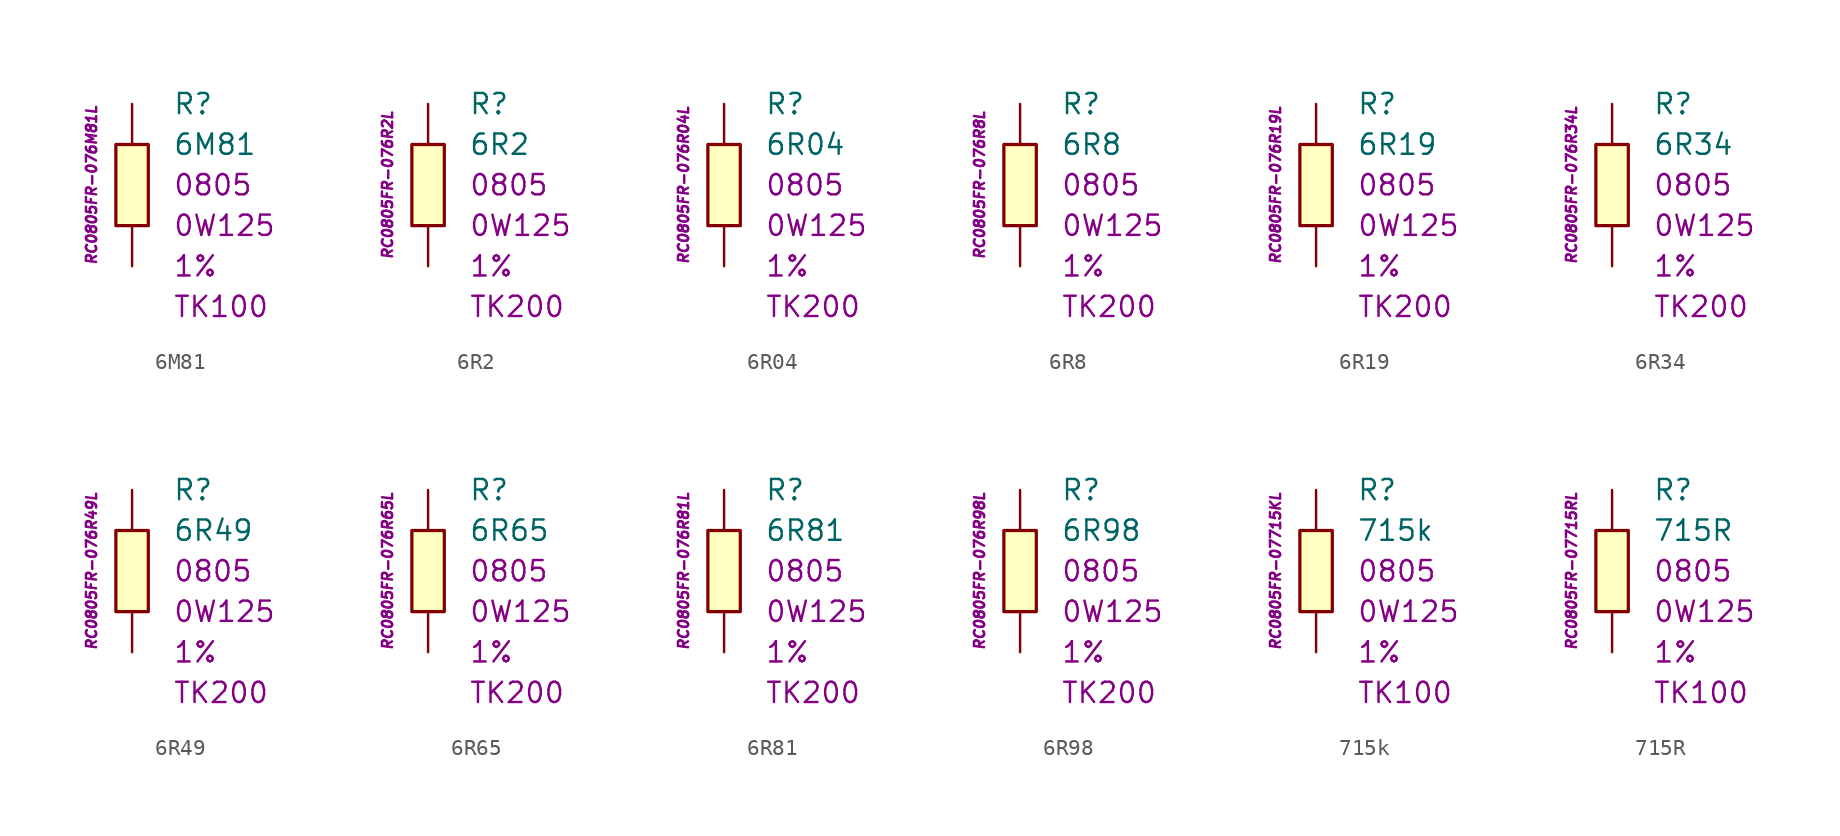
<source format=kicad_sym>
(kicad_symbol_lib
  (version 20201005)
  (generator kicad_symbol_editor)
  (symbol "6M81"
    (pin_numbers hide)
    (pin_names
      (offset 1.016) hide)
    (property "Reference" "R"
      (at 2.54 5.08 0)
      (effects (font (size 1.27 1.27)) (justify left)))
    (property "Value" "6M81"
      (at 2.54 2.54 0)
      (effects (font (size 1.27 1.27)) (justify left)))
    (property "Package" "0805"
      (at 2.54 0 0)
      (effects (font (size 1.27 1.27)) (justify left)))
    (property "Power" "0W125"
      (at 2.54 -2.54 0)
      (effects (font (size 1.27 1.27)) (justify left)))
    (property "Tolerance" "1%"
      (at 2.54 -5.08 0)
      (effects (font (size 1.27 1.27)) (justify left)))
    (property "TK" "TK100"
      (at 2.54 -7.62 0)
      (effects (font (size 1.27 1.27)) (justify left)))
    (property "ID" "RC0805FR-076M81L"
      (at -2.54 0 90)
      (effects (font (size 0.635 0.635) italic)))
    (symbol "6M81_0_1"
      (rectangle (start -1.016 2.54) (end 1.016 -2.54) (stroke (width 0.203)) (fill (type background))))
    (symbol "6M81_1_1"
      (pin passive line (at 0 5.08 270) (length 2.54) (name "~" (effects (font (size 1.778 1.778)))) (number "1" (effects (font (size 1.778 1.778)))))
      (pin passive line (at 0 -5.08 90) (length 2.54) (name "~" (effects (font (size 1.778 1.778)))) (number "2" (effects (font (size 1.778 1.778)))))))
  (symbol "6R2"
    (pin_numbers hide)
    (pin_names
      (offset 1.016) hide)
    (property "Reference" "R"
      (at 2.54 5.08 0)
      (effects (font (size 1.27 1.27)) (justify left)))
    (property "Value" "6R2"
      (at 2.54 2.54 0)
      (effects (font (size 1.27 1.27)) (justify left)))
    (property "Package" "0805"
      (at 2.54 0 0)
      (effects (font (size 1.27 1.27)) (justify left)))
    (property "Power" "0W125"
      (at 2.54 -2.54 0)
      (effects (font (size 1.27 1.27)) (justify left)))
    (property "Tolerance" "1%"
      (at 2.54 -5.08 0)
      (effects (font (size 1.27 1.27)) (justify left)))
    (property "TK" "TK200"
      (at 2.54 -7.62 0)
      (effects (font (size 1.27 1.27)) (justify left)))
    (property "ID" "RC0805FR-076R2L"
      (at -2.54 0 90)
      (effects (font (size 0.635 0.635) italic)))
    (symbol "6R2_0_1"
      (rectangle (start -1.016 2.54) (end 1.016 -2.54) (stroke (width 0.203)) (fill (type background))))
    (symbol "6R2_1_1"
      (pin passive line (at 0 5.08 270) (length 2.54) (name "~" (effects (font (size 1.778 1.778)))) (number "1" (effects (font (size 1.778 1.778)))))
      (pin passive line (at 0 -5.08 90) (length 2.54) (name "~" (effects (font (size 1.778 1.778)))) (number "2" (effects (font (size 1.778 1.778)))))))
  (symbol "6R04"
    (pin_numbers hide)
    (pin_names
      (offset 1.016) hide)
    (property "Reference" "R"
      (at 2.54 5.08 0)
      (effects (font (size 1.27 1.27)) (justify left)))
    (property "Value" "6R04"
      (at 2.54 2.54 0)
      (effects (font (size 1.27 1.27)) (justify left)))
    (property "Package" "0805"
      (at 2.54 0 0)
      (effects (font (size 1.27 1.27)) (justify left)))
    (property "Power" "0W125"
      (at 2.54 -2.54 0)
      (effects (font (size 1.27 1.27)) (justify left)))
    (property "Tolerance" "1%"
      (at 2.54 -5.08 0)
      (effects (font (size 1.27 1.27)) (justify left)))
    (property "TK" "TK200"
      (at 2.54 -7.62 0)
      (effects (font (size 1.27 1.27)) (justify left)))
    (property "ID" "RC0805FR-076R04L"
      (at -2.54 0 90)
      (effects (font (size 0.635 0.635) italic)))
    (symbol "6R04_0_1"
      (rectangle (start -1.016 2.54) (end 1.016 -2.54) (stroke (width 0.203)) (fill (type background))))
    (symbol "6R04_1_1"
      (pin passive line (at 0 5.08 270) (length 2.54) (name "~" (effects (font (size 1.778 1.778)))) (number "1" (effects (font (size 1.778 1.778)))))
      (pin passive line (at 0 -5.08 90) (length 2.54) (name "~" (effects (font (size 1.778 1.778)))) (number "2" (effects (font (size 1.778 1.778)))))))
  (symbol "6R8"
    (pin_numbers hide)
    (pin_names
      (offset 1.016) hide)
    (property "Reference" "R"
      (at 2.54 5.08 0)
      (effects (font (size 1.27 1.27)) (justify left)))
    (property "Value" "6R8"
      (at 2.54 2.54 0)
      (effects (font (size 1.27 1.27)) (justify left)))
    (property "Package" "0805"
      (at 2.54 0 0)
      (effects (font (size 1.27 1.27)) (justify left)))
    (property "Power" "0W125"
      (at 2.54 -2.54 0)
      (effects (font (size 1.27 1.27)) (justify left)))
    (property "Tolerance" "1%"
      (at 2.54 -5.08 0)
      (effects (font (size 1.27 1.27)) (justify left)))
    (property "TK" "TK200"
      (at 2.54 -7.62 0)
      (effects (font (size 1.27 1.27)) (justify left)))
    (property "ID" "RC0805FR-076R8L"
      (at -2.54 0 90)
      (effects (font (size 0.635 0.635) italic)))
    (symbol "6R8_0_1"
      (rectangle (start -1.016 2.54) (end 1.016 -2.54) (stroke (width 0.203)) (fill (type background))))
    (symbol "6R8_1_1"
      (pin passive line (at 0 5.08 270) (length 2.54) (name "~" (effects (font (size 1.778 1.778)))) (number "1" (effects (font (size 1.778 1.778)))))
      (pin passive line (at 0 -5.08 90) (length 2.54) (name "~" (effects (font (size 1.778 1.778)))) (number "2" (effects (font (size 1.778 1.778)))))))
  (symbol "6R19"
    (pin_numbers hide)
    (pin_names
      (offset 1.016) hide)
    (property "Reference" "R"
      (at 2.54 5.08 0)
      (effects (font (size 1.27 1.27)) (justify left)))
    (property "Value" "6R19"
      (at 2.54 2.54 0)
      (effects (font (size 1.27 1.27)) (justify left)))
    (property "Package" "0805"
      (at 2.54 0 0)
      (effects (font (size 1.27 1.27)) (justify left)))
    (property "Power" "0W125"
      (at 2.54 -2.54 0)
      (effects (font (size 1.27 1.27)) (justify left)))
    (property "Tolerance" "1%"
      (at 2.54 -5.08 0)
      (effects (font (size 1.27 1.27)) (justify left)))
    (property "TK" "TK200"
      (at 2.54 -7.62 0)
      (effects (font (size 1.27 1.27)) (justify left)))
    (property "ID" "RC0805FR-076R19L"
      (at -2.54 0 90)
      (effects (font (size 0.635 0.635) italic)))
    (symbol "6R19_0_1"
      (rectangle (start -1.016 2.54) (end 1.016 -2.54) (stroke (width 0.203)) (fill (type background))))
    (symbol "6R19_1_1"
      (pin passive line (at 0 5.08 270) (length 2.54) (name "~" (effects (font (size 1.778 1.778)))) (number "1" (effects (font (size 1.778 1.778)))))
      (pin passive line (at 0 -5.08 90) (length 2.54) (name "~" (effects (font (size 1.778 1.778)))) (number "2" (effects (font (size 1.778 1.778)))))))
  (symbol "6R34"
    (pin_numbers hide)
    (pin_names
      (offset 1.016) hide)
    (property "Reference" "R"
      (at 2.54 5.08 0)
      (effects (font (size 1.27 1.27)) (justify left)))
    (property "Value" "6R34"
      (at 2.54 2.54 0)
      (effects (font (size 1.27 1.27)) (justify left)))
    (property "Package" "0805"
      (at 2.54 0 0)
      (effects (font (size 1.27 1.27)) (justify left)))
    (property "Power" "0W125"
      (at 2.54 -2.54 0)
      (effects (font (size 1.27 1.27)) (justify left)))
    (property "Tolerance" "1%"
      (at 2.54 -5.08 0)
      (effects (font (size 1.27 1.27)) (justify left)))
    (property "TK" "TK200"
      (at 2.54 -7.62 0)
      (effects (font (size 1.27 1.27)) (justify left)))
    (property "ID" "RC0805FR-076R34L"
      (at -2.54 0 90)
      (effects (font (size 0.635 0.635) italic)))
    (symbol "6R34_0_1"
      (rectangle (start -1.016 2.54) (end 1.016 -2.54) (stroke (width 0.203)) (fill (type background))))
    (symbol "6R34_1_1"
      (pin passive line (at 0 5.08 270) (length 2.54) (name "~" (effects (font (size 1.778 1.778)))) (number "1" (effects (font (size 1.778 1.778)))))
      (pin passive line (at 0 -5.08 90) (length 2.54) (name "~" (effects (font (size 1.778 1.778)))) (number "2" (effects (font (size 1.778 1.778)))))))
  (symbol "6R49"
    (pin_numbers hide)
    (pin_names
      (offset 1.016) hide)
    (property "Reference" "R"
      (at 2.54 5.08 0)
      (effects (font (size 1.27 1.27)) (justify left)))
    (property "Value" "6R49"
      (at 2.54 2.54 0)
      (effects (font (size 1.27 1.27)) (justify left)))
    (property "Package" "0805"
      (at 2.54 0 0)
      (effects (font (size 1.27 1.27)) (justify left)))
    (property "Power" "0W125"
      (at 2.54 -2.54 0)
      (effects (font (size 1.27 1.27)) (justify left)))
    (property "Tolerance" "1%"
      (at 2.54 -5.08 0)
      (effects (font (size 1.27 1.27)) (justify left)))
    (property "TK" "TK200"
      (at 2.54 -7.62 0)
      (effects (font (size 1.27 1.27)) (justify left)))
    (property "ID" "RC0805FR-076R49L"
      (at -2.54 0 90)
      (effects (font (size 0.635 0.635) italic)))
    (symbol "6R49_0_1"
      (rectangle (start -1.016 2.54) (end 1.016 -2.54) (stroke (width 0.203)) (fill (type background))))
    (symbol "6R49_1_1"
      (pin passive line (at 0 5.08 270) (length 2.54) (name "~" (effects (font (size 1.778 1.778)))) (number "1" (effects (font (size 1.778 1.778)))))
      (pin passive line (at 0 -5.08 90) (length 2.54) (name "~" (effects (font (size 1.778 1.778)))) (number "2" (effects (font (size 1.778 1.778)))))))
  (symbol "6R65"
    (pin_numbers hide)
    (pin_names
      (offset 1.016) hide)
    (property "Reference" "R"
      (at 2.54 5.08 0)
      (effects (font (size 1.27 1.27)) (justify left)))
    (property "Value" "6R65"
      (at 2.54 2.54 0)
      (effects (font (size 1.27 1.27)) (justify left)))
    (property "Package" "0805"
      (at 2.54 0 0)
      (effects (font (size 1.27 1.27)) (justify left)))
    (property "Power" "0W125"
      (at 2.54 -2.54 0)
      (effects (font (size 1.27 1.27)) (justify left)))
    (property "Tolerance" "1%"
      (at 2.54 -5.08 0)
      (effects (font (size 1.27 1.27)) (justify left)))
    (property "TK" "TK200"
      (at 2.54 -7.62 0)
      (effects (font (size 1.27 1.27)) (justify left)))
    (property "ID" "RC0805FR-076R65L"
      (at -2.54 0 90)
      (effects (font (size 0.635 0.635) italic)))
    (symbol "6R65_0_1"
      (rectangle (start -1.016 2.54) (end 1.016 -2.54) (stroke (width 0.203)) (fill (type background))))
    (symbol "6R65_1_1"
      (pin passive line (at 0 5.08 270) (length 2.54) (name "~" (effects (font (size 1.778 1.778)))) (number "1" (effects (font (size 1.778 1.778)))))
      (pin passive line (at 0 -5.08 90) (length 2.54) (name "~" (effects (font (size 1.778 1.778)))) (number "2" (effects (font (size 1.778 1.778)))))))
  (symbol "6R81"
    (pin_numbers hide)
    (pin_names
      (offset 1.016) hide)
    (property "Reference" "R"
      (at 2.54 5.08 0)
      (effects (font (size 1.27 1.27)) (justify left)))
    (property "Value" "6R81"
      (at 2.54 2.54 0)
      (effects (font (size 1.27 1.27)) (justify left)))
    (property "Package" "0805"
      (at 2.54 0 0)
      (effects (font (size 1.27 1.27)) (justify left)))
    (property "Power" "0W125"
      (at 2.54 -2.54 0)
      (effects (font (size 1.27 1.27)) (justify left)))
    (property "Tolerance" "1%"
      (at 2.54 -5.08 0)
      (effects (font (size 1.27 1.27)) (justify left)))
    (property "TK" "TK200"
      (at 2.54 -7.62 0)
      (effects (font (size 1.27 1.27)) (justify left)))
    (property "ID" "RC0805FR-076R81L"
      (at -2.54 0 90)
      (effects (font (size 0.635 0.635) italic)))
    (symbol "6R81_0_1"
      (rectangle (start -1.016 2.54) (end 1.016 -2.54) (stroke (width 0.203)) (fill (type background))))
    (symbol "6R81_1_1"
      (pin passive line (at 0 5.08 270) (length 2.54) (name "~" (effects (font (size 1.778 1.778)))) (number "1" (effects (font (size 1.778 1.778)))))
      (pin passive line (at 0 -5.08 90) (length 2.54) (name "~" (effects (font (size 1.778 1.778)))) (number "2" (effects (font (size 1.778 1.778)))))))
  (symbol "6R98"
    (pin_numbers hide)
    (pin_names
      (offset 1.016) hide)
    (property "Reference" "R"
      (at 2.54 5.08 0)
      (effects (font (size 1.27 1.27)) (justify left)))
    (property "Value" "6R98"
      (at 2.54 2.54 0)
      (effects (font (size 1.27 1.27)) (justify left)))
    (property "Package" "0805"
      (at 2.54 0 0)
      (effects (font (size 1.27 1.27)) (justify left)))
    (property "Power" "0W125"
      (at 2.54 -2.54 0)
      (effects (font (size 1.27 1.27)) (justify left)))
    (property "Tolerance" "1%"
      (at 2.54 -5.08 0)
      (effects (font (size 1.27 1.27)) (justify left)))
    (property "TK" "TK200"
      (at 2.54 -7.62 0)
      (effects (font (size 1.27 1.27)) (justify left)))
    (property "ID" "RC0805FR-076R98L"
      (at -2.54 0 90)
      (effects (font (size 0.635 0.635) italic)))
    (symbol "6R98_0_1"
      (rectangle (start -1.016 2.54) (end 1.016 -2.54) (stroke (width 0.203)) (fill (type background))))
    (symbol "6R98_1_1"
      (pin passive line (at 0 5.08 270) (length 2.54) (name "~" (effects (font (size 1.778 1.778)))) (number "1" (effects (font (size 1.778 1.778)))))
      (pin passive line (at 0 -5.08 90) (length 2.54) (name "~" (effects (font (size 1.778 1.778)))) (number "2" (effects (font (size 1.778 1.778)))))))
  (symbol "715k"
    (pin_numbers hide)
    (pin_names
      (offset 1.016) hide)
    (property "Reference" "R"
      (at 2.54 5.08 0)
      (effects (font (size 1.27 1.27)) (justify left)))
    (property "Value" "715k"
      (at 2.54 2.54 0)
      (effects (font (size 1.27 1.27)) (justify left)))
    (property "Package" "0805"
      (at 2.54 0 0)
      (effects (font (size 1.27 1.27)) (justify left)))
    (property "Power" "0W125"
      (at 2.54 -2.54 0)
      (effects (font (size 1.27 1.27)) (justify left)))
    (property "Tolerance" "1%"
      (at 2.54 -5.08 0)
      (effects (font (size 1.27 1.27)) (justify left)))
    (property "TK" "TK100"
      (at 2.54 -7.62 0)
      (effects (font (size 1.27 1.27)) (justify left)))
    (property "ID" "RC0805FR-07715KL"
      (at -2.54 0 90)
      (effects (font (size 0.635 0.635) italic)))
    (symbol "715k_0_1"
      (rectangle (start -1.016 2.54) (end 1.016 -2.54) (stroke (width 0.203)) (fill (type background))))
    (symbol "715k_1_1"
      (pin passive line (at 0 5.08 270) (length 2.54) (name "~" (effects (font (size 1.778 1.778)))) (number "1" (effects (font (size 1.778 1.778)))))
      (pin passive line (at 0 -5.08 90) (length 2.54) (name "~" (effects (font (size 1.778 1.778)))) (number "2" (effects (font (size 1.778 1.778)))))))
  (symbol "715R"
    (pin_numbers hide)
    (pin_names
      (offset 1.016) hide)
    (property "Reference" "R"
      (at 2.54 5.08 0)
      (effects (font (size 1.27 1.27)) (justify left)))
    (property "Value" "715R"
      (at 2.54 2.54 0)
      (effects (font (size 1.27 1.27)) (justify left)))
    (property "Package" "0805"
      (at 2.54 0 0)
      (effects (font (size 1.27 1.27)) (justify left)))
    (property "Power" "0W125"
      (at 2.54 -2.54 0)
      (effects (font (size 1.27 1.27)) (justify left)))
    (property "Tolerance" "1%"
      (at 2.54 -5.08 0)
      (effects (font (size 1.27 1.27)) (justify left)))
    (property "TK" "TK100"
      (at 2.54 -7.62 0)
      (effects (font (size 1.27 1.27)) (justify left)))
    (property "ID" "RC0805FR-07715RL"
      (at -2.54 0 90)
      (effects (font (size 0.635 0.635) italic)))
    (symbol "715R_0_1"
      (rectangle (start -1.016 2.54) (end 1.016 -2.54) (stroke (width 0.203)) (fill (type background))))
    (symbol "715R_1_1"
      (pin passive line (at 0 5.08 270) (length 2.54) (name "~" (effects (font (size 1.778 1.778)))) (number "1" (effects (font (size 1.778 1.778)))))
      (pin passive line (at 0 -5.08 90) (length 2.54) (name "~" (effects (font (size 1.778 1.778)))) (number "2" (effects (font (size 1.778 1.778))))))))
</source>
